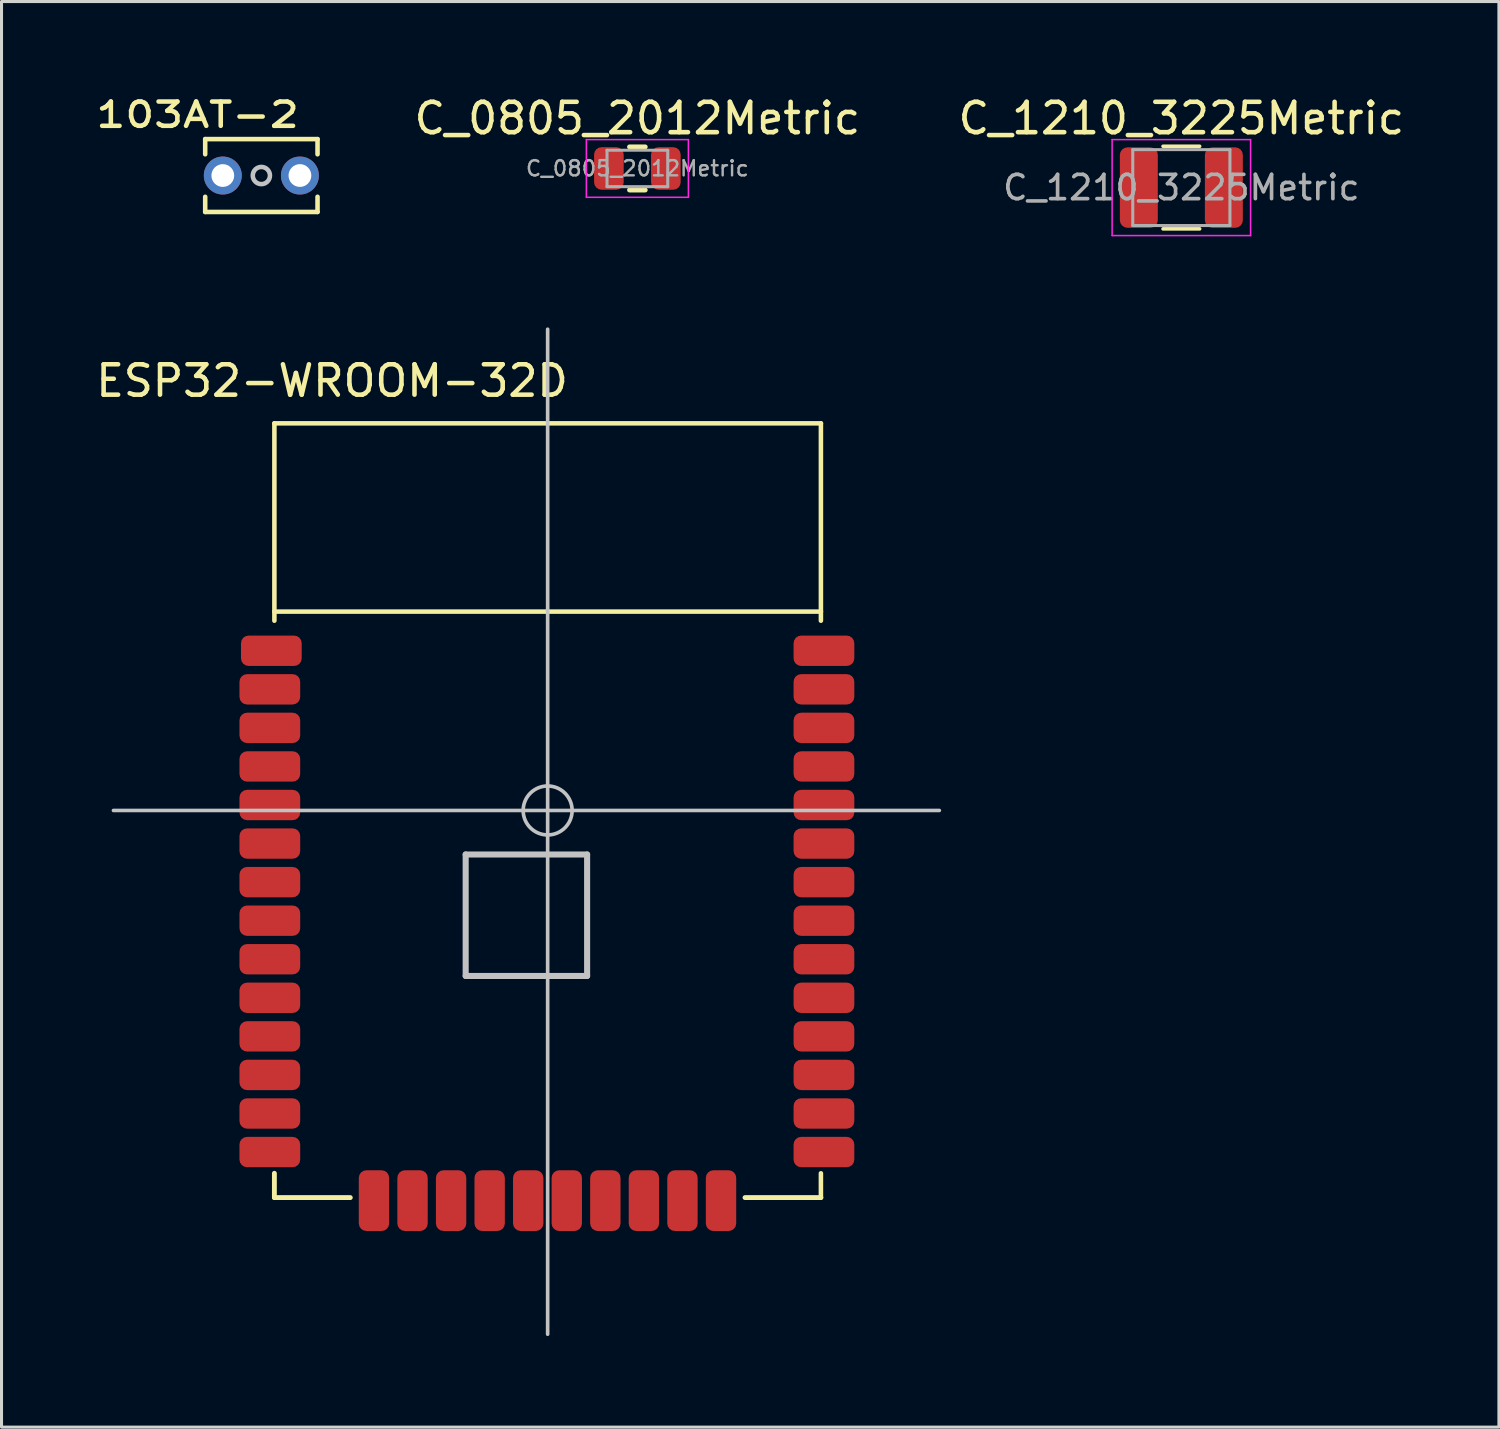
<source format=kicad_pcb>
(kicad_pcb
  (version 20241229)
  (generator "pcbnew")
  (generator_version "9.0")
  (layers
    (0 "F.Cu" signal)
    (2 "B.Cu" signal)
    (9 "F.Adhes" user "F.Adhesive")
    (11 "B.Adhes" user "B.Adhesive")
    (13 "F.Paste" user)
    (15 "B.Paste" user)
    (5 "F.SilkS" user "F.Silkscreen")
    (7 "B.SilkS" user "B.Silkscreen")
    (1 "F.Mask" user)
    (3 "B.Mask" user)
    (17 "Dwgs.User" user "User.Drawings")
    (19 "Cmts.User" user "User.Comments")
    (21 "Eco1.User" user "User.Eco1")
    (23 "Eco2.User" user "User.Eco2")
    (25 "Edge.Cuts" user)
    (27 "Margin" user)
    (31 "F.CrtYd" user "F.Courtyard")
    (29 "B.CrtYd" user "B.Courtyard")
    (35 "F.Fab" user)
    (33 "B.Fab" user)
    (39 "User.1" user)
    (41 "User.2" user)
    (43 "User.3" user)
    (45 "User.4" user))
  (footprint "C_1210_3225Metric"
    (layer "F.Cu")
    (at 35.858 3.128)
    (property "Reference" "C_1210_3225Metric" (at 0 -2.28 0) (layer "F.SilkS") (effects (font (size 1 1) (thickness 0.15))))
    (attr smd)
    (fp_line (start -0.602 -1.36) (end 0.602 -1.36) (stroke (width 0.12) (type solid)) (layer "F.SilkS"))
    (fp_line (start -0.602 1.36) (end 0.602 1.36) (stroke (width 0.12) (type solid)) (layer "F.SilkS"))
    (fp_line (start -2.28 -1.58) (end 2.28 -1.58) (stroke (width 0.05) (type solid)) (layer "F.CrtYd"))
    (fp_line (start -2.28 1.58) (end -2.28 -1.58) (stroke (width 0.05) (type solid)) (layer "F.CrtYd"))
    (fp_line (start 2.28 -1.58) (end 2.28 1.58) (stroke (width 0.05) (type solid)) (layer "F.CrtYd"))
    (fp_line (start 2.28 1.58) (end -2.28 1.58) (stroke (width 0.05) (type solid)) (layer "F.CrtYd"))
    (fp_line (start -1.6 -1.25) (end 1.6 -1.25) (stroke (width 0.1) (type solid)) (layer "F.Fab"))
    (fp_line (start -1.6 1.25) (end -1.6 -1.25) (stroke (width 0.1) (type solid)) (layer "F.Fab"))
    (fp_line (start 1.6 -1.25) (end 1.6 1.25) (stroke (width 0.1) (type solid)) (layer "F.Fab"))
    (fp_line (start 1.6 1.25) (end -1.6 1.25) (stroke (width 0.1) (type solid)) (layer "F.Fab"))
    (fp_text user "${REFERENCE}" (at 0 0 0) (layer "F.Fab") (effects (font (size 0.8 0.8) (thickness 0.12))))
    (pad "1" smd roundrect (at -1.4 0) (size 1.25 2.65) (layers "F.Cu" "F.Mask" "F.Paste") (roundrect_rratio 0.2))
    (pad "2" smd roundrect (at 1.4 0) (size 1.25 2.65) (layers "F.Cu" "F.Mask" "F.Paste") (roundrect_rratio 0.2)))
  (footprint "ESP32-WROOM-32D"
    (layer "F.Cu")
    (at 5.987 10.893)
    (property "Reference" "ESP32-WROOM-32D" (at 1.9 -1.4 0) (layer "F.SilkS") (effects (font (size 1 1) (thickness 0.15))))
    (attr through_hole)
    (fp_line (start 0 0) (end 0 6.5) (stroke (width 0.15) (type solid)) (layer "F.SilkS"))
    (fp_line (start 0 6.2) (end 18 6.2) (stroke (width 0.15) (type solid)) (layer "F.SilkS"))
    (fp_line (start 0 25.5) (end 0 24.7) (stroke (width 0.16) (type solid)) (layer "F.SilkS"))
    (fp_line (start 0 25.5) (end 2.5 25.5) (stroke (width 0.16) (type solid)) (layer "F.SilkS"))
    (fp_line (start 18 0) (end 0 0) (stroke (width 0.15) (type solid)) (layer "F.SilkS"))
    (fp_line (start 18 0) (end 18 6.5) (stroke (width 0.15) (type solid)) (layer "F.SilkS"))
    (fp_line (start 18 25.5) (end 15.5 25.5) (stroke (width 0.16) (type solid)) (layer "F.SilkS"))
    (fp_line (start 18 25.5) (end 18 24.7) (stroke (width 0.15) (type solid)) (layer "F.SilkS"))
    (fp_line (start -5.3 12.75) (end 21.9 12.75) (stroke (width 0.12) (type solid)) (layer "Dwgs.User"))
    (fp_line (start 6.3 14.2) (end 6.3 18.2) (stroke (width 0.2) (type solid)) (layer "Dwgs.User"))
    (fp_line (start 6.3 14.2) (end 10.3 14.2) (stroke (width 0.2) (type solid)) (layer "Dwgs.User"))
    (fp_line (start 9 -3.1) (end 9 30) (stroke (width 0.12) (type solid)) (layer "Dwgs.User"))
    (fp_line (start 10.3 18.2) (end 6.3 18.2) (stroke (width 0.2) (type solid)) (layer "Dwgs.User"))
    (fp_line (start 10.3 18.2) (end 10.3 14.2) (stroke (width 0.2) (type solid)) (layer "Dwgs.User"))
    (fp_circle (center 9 12.75) (end 9.806 12.75) (stroke (width 0.12) (type solid)) (fill no) (layer "Dwgs.User"))
    (pad "1" smd roundrect (at -0.1 7.49 180) (size 2 1) (layers "F.Cu" "F.Mask" "F.Paste") (roundrect_rratio 0.25))
    (pad "2" smd roundrect (at -0.15 8.76 180) (size 2 1) (layers "F.Cu" "F.Mask" "F.Paste") (roundrect_rratio 0.25))
    (pad "3" smd roundrect (at -0.15 10.03 180) (size 2 1) (layers "F.Cu" "F.Mask" "F.Paste") (roundrect_rratio 0.25))
    (pad "4" smd roundrect (at -0.15 11.3 180) (size 2 1) (layers "F.Cu" "F.Mask" "F.Paste") (roundrect_rratio 0.25))
    (pad "5" smd roundrect (at -0.15 12.57 180) (size 2 1) (layers "F.Cu" "F.Mask" "F.Paste") (roundrect_rratio 0.25))
    (pad "6" smd roundrect (at -0.15 13.84 180) (size 2 1) (layers "F.Cu" "F.Mask" "F.Paste") (roundrect_rratio 0.25))
    (pad "7" smd roundrect (at -0.15 15.11 180) (size 2 1) (layers "F.Cu" "F.Mask" "F.Paste") (roundrect_rratio 0.25))
    (pad "8" smd roundrect (at -0.15 16.38 180) (size 2 1) (layers "F.Cu" "F.Mask" "F.Paste") (roundrect_rratio 0.25))
    (pad "9" smd roundrect (at -0.15 17.65 180) (size 2 1) (layers "F.Cu" "F.Mask" "F.Paste") (roundrect_rratio 0.25))
    (pad "10" smd roundrect (at -0.15 18.92 180) (size 2 1) (layers "F.Cu" "F.Mask" "F.Paste") (roundrect_rratio 0.25))
    (pad "11" smd roundrect (at -0.15 20.19 180) (size 2 1) (layers "F.Cu" "F.Mask" "F.Paste") (roundrect_rratio 0.25))
    (pad "12" smd roundrect (at -0.15 21.46 180) (size 2 1) (layers "F.Cu" "F.Mask" "F.Paste") (roundrect_rratio 0.25))
    (pad "13" smd roundrect (at -0.15 22.73 180) (size 2 1) (layers "F.Cu" "F.Mask" "F.Paste") (roundrect_rratio 0.25))
    (pad "14" smd roundrect (at -0.15 24 180) (size 2 1) (layers "F.Cu" "F.Mask" "F.Paste") (roundrect_rratio 0.25))
    (pad "15" smd roundrect (at 3.28 25.6 270) (size 2 1) (layers "F.Cu" "F.Mask" "F.Paste") (roundrect_rratio 0.25))
    (pad "16" smd roundrect (at 4.55 25.6 270) (size 2 1) (layers "F.Cu" "F.Mask" "F.Paste") (roundrect_rratio 0.25))
    (pad "17" smd roundrect (at 5.82 25.6 270) (size 2 1) (layers "F.Cu" "F.Mask" "F.Paste") (roundrect_rratio 0.25))
    (pad "18" smd roundrect (at 7.09 25.6 270) (size 2 1) (layers "F.Cu" "F.Mask" "F.Paste") (roundrect_rratio 0.25))
    (pad "19" smd roundrect (at 8.36 25.6 270) (size 2 1) (layers "F.Cu" "F.Mask" "F.Paste") (roundrect_rratio 0.25))
    (pad "20" smd roundrect (at 9.63 25.6 270) (size 2 1) (layers "F.Cu" "F.Mask" "F.Paste") (roundrect_rratio 0.25))
    (pad "21" smd roundrect (at 10.9 25.6 270) (size 2 1) (layers "F.Cu" "F.Mask" "F.Paste") (roundrect_rratio 0.25))
    (pad "22" smd roundrect (at 12.17 25.6 270) (size 2 1) (layers "F.Cu" "F.Mask" "F.Paste") (roundrect_rratio 0.25))
    (pad "23" smd roundrect (at 13.44 25.6 270) (size 2 1) (layers "F.Cu" "F.Mask" "F.Paste") (roundrect_rratio 0.25))
    (pad "24" smd roundrect (at 14.71 25.6 270) (size 2 1) (layers "F.Cu" "F.Mask" "F.Paste") (roundrect_rratio 0.25))
    (pad "25" smd roundrect (at 18.1 24 180) (size 2 1) (layers "F.Cu" "F.Mask" "F.Paste") (roundrect_rratio 0.25))
    (pad "26" smd roundrect (at 18.1 22.73 180) (size 2 1) (layers "F.Cu" "F.Mask" "F.Paste") (roundrect_rratio 0.25))
    (pad "27" smd roundrect (at 18.1 21.46 180) (size 2 1) (layers "F.Cu" "F.Mask" "F.Paste") (roundrect_rratio 0.25))
    (pad "28" smd roundrect (at 18.1 20.19 180) (size 2 1) (layers "F.Cu" "F.Mask" "F.Paste") (roundrect_rratio 0.25))
    (pad "29" smd roundrect (at 18.1 18.92 180) (size 2 1) (layers "F.Cu" "F.Mask" "F.Paste") (roundrect_rratio 0.25))
    (pad "30" smd roundrect (at 18.1 17.65 180) (size 2 1) (layers "F.Cu" "F.Mask" "F.Paste") (roundrect_rratio 0.25))
    (pad "31" smd roundrect (at 18.1 16.38 180) (size 2 1) (layers "F.Cu" "F.Mask" "F.Paste") (roundrect_rratio 0.25))
    (pad "32" smd roundrect (at 18.1 15.11 180) (size 2 1) (layers "F.Cu" "F.Mask" "F.Paste") (roundrect_rratio 0.25))
    (pad "33" smd roundrect (at 18.1 13.84 180) (size 2 1) (layers "F.Cu" "F.Mask" "F.Paste") (roundrect_rratio 0.25))
    (pad "34" smd roundrect (at 18.1 12.57 180) (size 2 1) (layers "F.Cu" "F.Mask" "F.Paste") (roundrect_rratio 0.25))
    (pad "35" smd roundrect (at 18.1 11.3 180) (size 2 1) (layers "F.Cu" "F.Mask" "F.Paste") (roundrect_rratio 0.25))
    (pad "36" smd roundrect (at 18.1 10.03 180) (size 2 1) (layers "F.Cu" "F.Mask" "F.Paste") (roundrect_rratio 0.25))
    (pad "37" smd roundrect (at 18.1 8.76 180) (size 2 1) (layers "F.Cu" "F.Mask" "F.Paste") (roundrect_rratio 0.25))
    (pad "38" smd roundrect (at 18.1 7.49 180) (size 2 1) (layers "F.Cu" "F.Mask" "F.Paste") (roundrect_rratio 0.25)))
  (footprint "103AT-2"
    (layer "F.Cu")
    (at 5.558 2.731)
    (property "Reference" "103AT-2" (at -2.1 -2 0) (layer "F.SilkS") (effects (font (size 0.8 1) (thickness 0.15))))
    (attr through_hole)
    (fp_line (start -1.85 -1.2) (end -1.85 -0.7) (stroke (width 0.15) (type solid)) (layer "F.SilkS"))
    (fp_line (start -1.85 -1.2) (end 1.85 -1.2) (stroke (width 0.15) (type solid)) (layer "F.SilkS"))
    (fp_line (start -1.85 1.2) (end -1.85 0.7) (stroke (width 0.15) (type solid)) (layer "F.SilkS"))
    (fp_line (start 1.85 -1.2) (end 1.85 -0.7) (stroke (width 0.15) (type solid)) (layer "F.SilkS"))
    (fp_line (start 1.85 1.2) (end -1.85 1.2) (stroke (width 0.15) (type solid)) (layer "F.SilkS"))
    (fp_line (start 1.85 1.2) (end 1.85 0.7) (stroke (width 0.15) (type solid)) (layer "F.SilkS"))
    (fp_circle (center 0 0) (end 0.283 0) (stroke (width 0.15) (type solid)) (fill no) (layer "Dwgs.User"))
    (pad "1" thru_hole circle (at -1.27 0) (size 1.25 1.25) (drill 0.75) (layers "*.Cu" "*.Mask"))
    (pad "2" thru_hole circle (at 1.27 0) (size 1.25 1.25) (drill 0.75) (layers "*.Cu" "*.Mask")))
  (footprint "C_0805_2012Metric"
    (layer "F.Cu")
    (at 17.942 2.498)
    (property "Reference" "C_0805_2012Metric" (at 0 -1.65 0) (layer "F.SilkS") (effects (font (size 1 1) (thickness 0.15))))
    (attr smd)
    (fp_line (start -0.259 -0.71) (end 0.259 -0.71) (stroke (width 0.16) (type solid)) (layer "F.SilkS"))
    (fp_line (start -0.259 0.71) (end 0.259 0.71) (stroke (width 0.16) (type solid)) (layer "F.SilkS"))
    (fp_line (start -1.68 -0.95) (end 1.68 -0.95) (stroke (width 0.05) (type solid)) (layer "F.CrtYd"))
    (fp_line (start -1.68 0.95) (end -1.68 -0.95) (stroke (width 0.05) (type solid)) (layer "F.CrtYd"))
    (fp_line (start 1.68 -0.95) (end 1.68 0.95) (stroke (width 0.05) (type solid)) (layer "F.CrtYd"))
    (fp_line (start 1.68 0.95) (end -1.68 0.95) (stroke (width 0.05) (type solid)) (layer "F.CrtYd"))
    (fp_line (start -1 -0.6) (end 1 -0.6) (stroke (width 0.1) (type solid)) (layer "F.Fab"))
    (fp_line (start -1 0.6) (end -1 -0.6) (stroke (width 0.1) (type solid)) (layer "F.Fab"))
    (fp_line (start 1 -0.6) (end 1 0.6) (stroke (width 0.1) (type solid)) (layer "F.Fab"))
    (fp_line (start 1 0.6) (end -1 0.6) (stroke (width 0.1) (type solid)) (layer "F.Fab"))
    (fp_text user "${REFERENCE}" (at 0 0 0) (layer "F.Fab") (effects (font (size 0.5 0.5) (thickness 0.08))))
    (pad "1" smd roundrect (at -0.938 0) (size 0.975 1.4) (layers "F.Cu" "F.Mask" "F.Paste") (roundrect_rratio 0.25))
    (pad "2" smd roundrect (at 0.938 0) (size 0.975 1.4) (layers "F.Cu" "F.Mask" "F.Paste") (roundrect_rratio 0.25)))
  (gr_rect
    (start -3 -3)
    (end 46.317 43.953)
    (stroke (width 0.1) (type default))
    (fill no)
    (layer "Edge.Cuts")))
</source>
